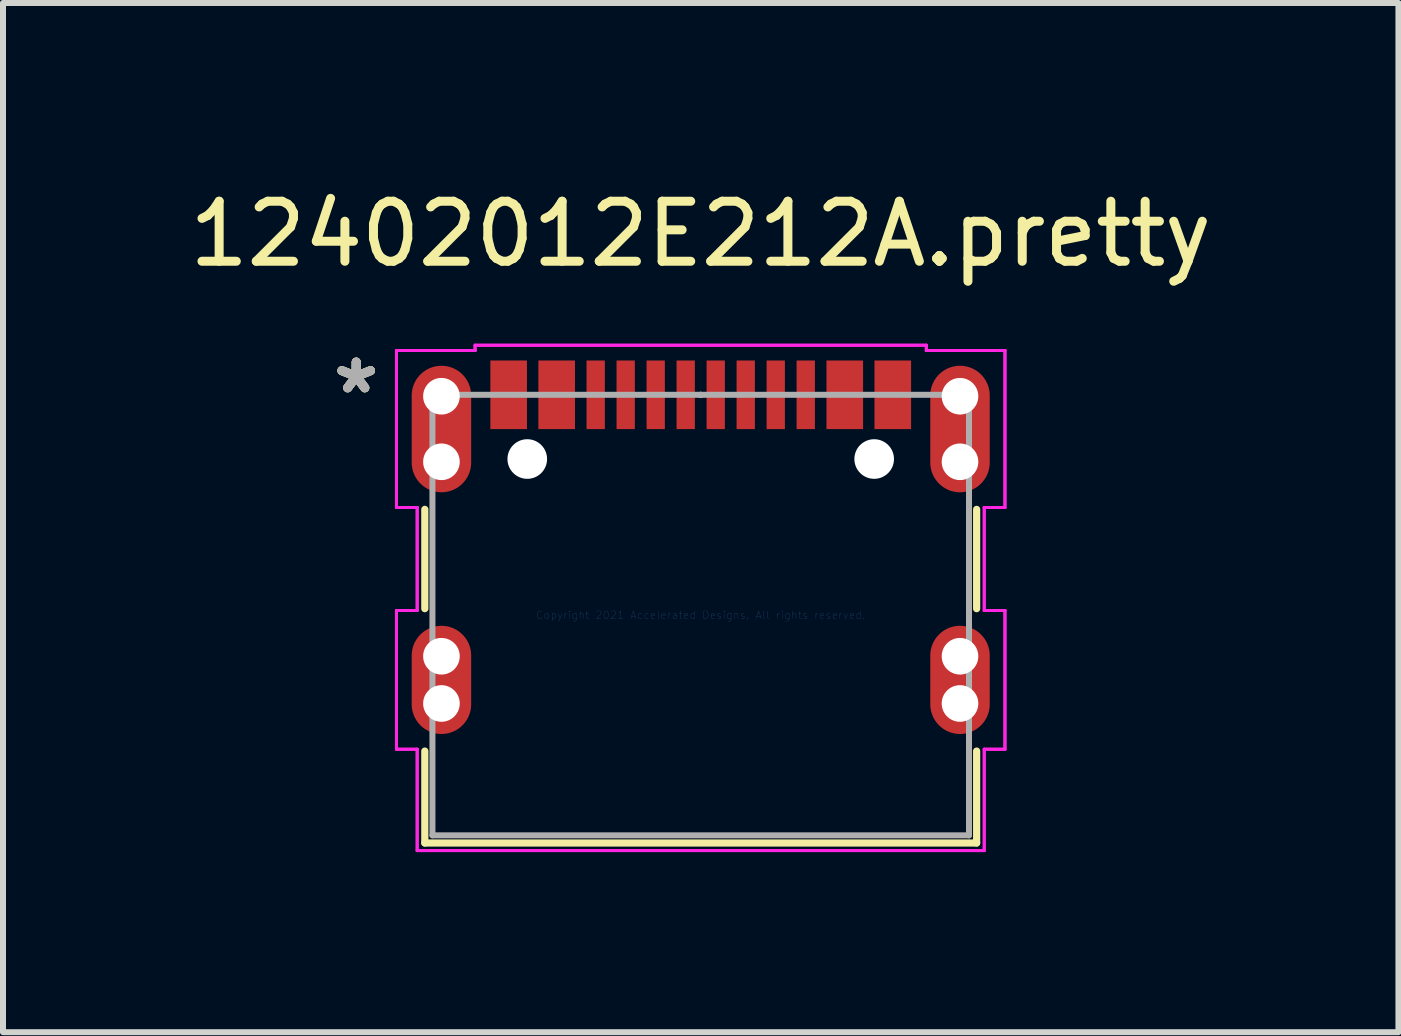
<source format=kicad_pcb>
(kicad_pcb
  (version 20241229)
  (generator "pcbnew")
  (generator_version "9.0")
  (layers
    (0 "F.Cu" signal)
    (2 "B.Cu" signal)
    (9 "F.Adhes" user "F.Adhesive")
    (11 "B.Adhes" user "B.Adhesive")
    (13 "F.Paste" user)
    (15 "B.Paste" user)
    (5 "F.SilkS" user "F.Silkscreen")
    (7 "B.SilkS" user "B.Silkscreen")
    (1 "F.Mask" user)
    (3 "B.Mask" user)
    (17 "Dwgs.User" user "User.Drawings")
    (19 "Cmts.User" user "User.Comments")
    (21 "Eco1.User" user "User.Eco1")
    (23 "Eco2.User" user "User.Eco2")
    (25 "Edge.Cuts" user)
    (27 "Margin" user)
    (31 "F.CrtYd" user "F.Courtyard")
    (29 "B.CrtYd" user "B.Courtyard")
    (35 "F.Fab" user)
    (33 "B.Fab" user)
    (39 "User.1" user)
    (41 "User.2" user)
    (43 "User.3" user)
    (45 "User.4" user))
  (footprint "12402012E212A.pretty"
    (layer "F.Cu")
    (at 8.625 7.198)
    (property "Reference" "12402012E212A.pretty" (at 0 -6.35 0) (layer "F.SilkS") (effects (font (size 1 1) (thickness 0.15))))
    (attr through_hole)
    (fp_line (start -4.597 -1.761) (end -4.597 -0.107) (stroke (width 0.12) (type solid)) (layer "F.SilkS"))
    (fp_line (start -4.597 2.266) (end -4.597 3.797) (stroke (width 0.12) (type solid)) (layer "F.SilkS"))
    (fp_line (start -4.597 3.797) (end 4.597 3.797) (stroke (width 0.12) (type solid)) (layer "F.SilkS"))
    (fp_line (start 4.597 -0.107) (end 4.597 -1.761) (stroke (width 0.12) (type solid)) (layer "F.SilkS"))
    (fp_line (start 4.597 3.797) (end 4.597 2.266) (stroke (width 0.12) (type solid)) (layer "F.SilkS"))
    (fp_line (start -5.069 -4.408) (end -5.069 -1.792) (stroke (width 0.05) (type solid)) (layer "F.CrtYd"))
    (fp_line (start -5.069 -4.408) (end -5.069 -1.792) (stroke (width 0.05) (type solid)) (layer "F.CrtYd"))
    (fp_line (start -5.069 -1.792) (end -4.724 -1.792) (stroke (width 0.05) (type solid)) (layer "F.CrtYd"))
    (fp_line (start -5.069 -1.792) (end -4.724 -1.792) (stroke (width 0.05) (type solid)) (layer "F.CrtYd"))
    (fp_line (start -5.069 -0.076) (end -5.069 2.235) (stroke (width 0.05) (type solid)) (layer "F.CrtYd"))
    (fp_line (start -5.069 -0.076) (end -5.069 2.235) (stroke (width 0.05) (type solid)) (layer "F.CrtYd"))
    (fp_line (start -5.069 2.235) (end -4.724 2.235) (stroke (width 0.05) (type solid)) (layer "F.CrtYd"))
    (fp_line (start -5.069 2.235) (end -4.724 2.235) (stroke (width 0.05) (type solid)) (layer "F.CrtYd"))
    (fp_line (start -4.724 -1.792) (end -4.724 -0.076) (stroke (width 0.05) (type solid)) (layer "F.CrtYd"))
    (fp_line (start -4.724 -1.792) (end -4.724 -0.076) (stroke (width 0.05) (type solid)) (layer "F.CrtYd"))
    (fp_line (start -4.724 -0.076) (end -5.069 -0.076) (stroke (width 0.05) (type solid)) (layer "F.CrtYd"))
    (fp_line (start -4.724 -0.076) (end -5.069 -0.076) (stroke (width 0.05) (type solid)) (layer "F.CrtYd"))
    (fp_line (start -4.724 2.235) (end -4.724 3.924) (stroke (width 0.05) (type solid)) (layer "F.CrtYd"))
    (fp_line (start -4.724 2.235) (end -4.724 3.924) (stroke (width 0.05) (type solid)) (layer "F.CrtYd"))
    (fp_line (start -4.724 3.924) (end 4.724 3.924) (stroke (width 0.05) (type solid)) (layer "F.CrtYd"))
    (fp_line (start -4.724 3.924) (end 4.724 3.924) (stroke (width 0.05) (type solid)) (layer "F.CrtYd"))
    (fp_line (start -3.759 -4.496) (end -3.759 -4.408) (stroke (width 0.05) (type solid)) (layer "F.CrtYd"))
    (fp_line (start -3.759 -4.496) (end -3.759 -4.408) (stroke (width 0.05) (type solid)) (layer "F.CrtYd"))
    (fp_line (start -3.759 -4.408) (end -5.069 -4.408) (stroke (width 0.05) (type solid)) (layer "F.CrtYd"))
    (fp_line (start -3.759 -4.408) (end -5.069 -4.408) (stroke (width 0.05) (type solid)) (layer "F.CrtYd"))
    (fp_line (start 3.759 -4.496) (end -3.759 -4.496) (stroke (width 0.05) (type solid)) (layer "F.CrtYd"))
    (fp_line (start 3.759 -4.496) (end -3.759 -4.496) (stroke (width 0.05) (type solid)) (layer "F.CrtYd"))
    (fp_line (start 3.759 -4.408) (end 3.759 -4.496) (stroke (width 0.05) (type solid)) (layer "F.CrtYd"))
    (fp_line (start 3.759 -4.408) (end 3.759 -4.496) (stroke (width 0.05) (type solid)) (layer "F.CrtYd"))
    (fp_line (start 4.724 -1.792) (end 5.069 -1.792) (stroke (width 0.05) (type solid)) (layer "F.CrtYd"))
    (fp_line (start 4.724 -1.792) (end 5.069 -1.792) (stroke (width 0.05) (type solid)) (layer "F.CrtYd"))
    (fp_line (start 4.724 -0.076) (end 4.724 -1.792) (stroke (width 0.05) (type solid)) (layer "F.CrtYd"))
    (fp_line (start 4.724 -0.076) (end 4.724 -1.792) (stroke (width 0.05) (type solid)) (layer "F.CrtYd"))
    (fp_line (start 4.724 2.235) (end 5.069 2.235) (stroke (width 0.05) (type solid)) (layer "F.CrtYd"))
    (fp_line (start 4.724 2.235) (end 5.069 2.235) (stroke (width 0.05) (type solid)) (layer "F.CrtYd"))
    (fp_line (start 4.724 3.924) (end 4.724 2.235) (stroke (width 0.05) (type solid)) (layer "F.CrtYd"))
    (fp_line (start 4.724 3.924) (end 4.724 2.235) (stroke (width 0.05) (type solid)) (layer "F.CrtYd"))
    (fp_line (start 5.069 -4.408) (end 3.759 -4.408) (stroke (width 0.05) (type solid)) (layer "F.CrtYd"))
    (fp_line (start 5.069 -4.408) (end 3.759 -4.408) (stroke (width 0.05) (type solid)) (layer "F.CrtYd"))
    (fp_line (start 5.069 -1.792) (end 5.069 -4.408) (stroke (width 0.05) (type solid)) (layer "F.CrtYd"))
    (fp_line (start 5.069 -1.792) (end 5.069 -4.408) (stroke (width 0.05) (type solid)) (layer "F.CrtYd"))
    (fp_line (start 5.069 -0.076) (end 4.724 -0.076) (stroke (width 0.05) (type solid)) (layer "F.CrtYd"))
    (fp_line (start 5.069 -0.076) (end 4.724 -0.076) (stroke (width 0.05) (type solid)) (layer "F.CrtYd"))
    (fp_line (start 5.069 2.235) (end 5.069 -0.076) (stroke (width 0.05) (type solid)) (layer "F.CrtYd"))
    (fp_line (start 5.069 2.235) (end 5.069 -0.076) (stroke (width 0.05) (type solid)) (layer "F.CrtYd"))
    (fp_line (start -4.47 -3.67) (end -4.47 3.67) (stroke (width 0.1) (type solid)) (layer "F.Fab"))
    (fp_line (start -4.47 3.67) (end 4.47 3.67) (stroke (width 0.1) (type solid)) (layer "F.Fab"))
    (fp_line (start 0 -3.67) (end 0 -3.67) (stroke (width 0.1) (type solid)) (layer "F.Fab"))
    (fp_line (start 0 -3.67) (end 0 -3.67) (stroke (width 0.1) (type solid)) (layer "F.Fab"))
    (fp_line (start 0 -3.67) (end 0 -3.67) (stroke (width 0.1) (type solid)) (layer "F.Fab"))
    (fp_line (start 0 -3.67) (end 0 -3.67) (stroke (width 0.1) (type solid)) (layer "F.Fab"))
    (fp_line (start 4.47 -3.67) (end -4.47 -3.67) (stroke (width 0.1) (type solid)) (layer "F.Fab"))
    (fp_line (start 4.47 3.67) (end 4.47 -3.67) (stroke (width 0.1) (type solid)) (layer "F.Fab"))
    (fp_text user "*" (at -5.74 -3.67 0) (layer "F.SilkS") (effects (font (size 1 1) (thickness 0.15))))
    (fp_text user "*" (at -5.74 -3.67 0) (layer "F.SilkS") (effects (font (size 1 1) (thickness 0.15))))
    (fp_text user "Copyright 2021 Accelerated Designs. All rights reserved." (at 0 0 0) (layer "Cmts.User") (effects (font (size 0.127 0.127) (thickness 0.002))))
    (fp_text user "*" (at -5.74 -3.67 0) (layer "F.Fab") (effects (font (size 1 1) (thickness 0.15))))
    (fp_text user "*" (at -5.74 -3.67 0) (layer "F.Fab") (effects (font (size 1 1) (thickness 0.15))))
    (pad "" np_thru_hole circle (at -4.32 -3.646) (size 0.61 0.61) (drill 0.61) (layers "*.Cu" "*.Mask"))
    (pad "" np_thru_hole circle (at -4.32 -2.554) (size 0.61 0.61) (drill 0.61) (layers "*.Cu" "*.Mask"))
    (pad "" np_thru_hole circle (at -4.32 0.686) (size 0.61 0.61) (drill 0.61) (layers "*.Cu" "*.Mask"))
    (pad "" np_thru_hole circle (at -4.32 1.473) (size 0.61 0.61) (drill 0.61) (layers "*.Cu" "*.Mask"))
    (pad "" np_thru_hole circle (at -2.89 -2.6) (size 0.66 0.66) (drill 0.66) (layers "*.Cu" "*.Mask"))
    (pad "" np_thru_hole circle (at 2.89 -2.6) (size 0.66 0.66) (drill 0.66) (layers "*.Cu" "*.Mask"))
    (pad "" np_thru_hole circle (at 4.32 -3.646) (size 0.61 0.61) (drill 0.61) (layers "*.Cu" "*.Mask"))
    (pad "" np_thru_hole circle (at 4.32 -2.554) (size 0.61 0.61) (drill 0.61) (layers "*.Cu" "*.Mask"))
    (pad "" np_thru_hole circle (at 4.32 0.686) (size 0.61 0.61) (drill 0.61) (layers "*.Cu" "*.Mask"))
    (pad "" np_thru_hole circle (at 4.32 1.473) (size 0.61 0.61) (drill 0.61) (layers "*.Cu" "*.Mask"))
    (pad "13" smd oval (at -4.32 -3.1) (size 0.991 2.108) (layers "F.Cu" "F.Mask" "F.Paste"))
    (pad "14" smd oval (at 4.32 -3.1) (size 0.991 2.108) (layers "F.Cu" "F.Mask" "F.Paste"))
    (pad "15" smd oval (at -4.32 1.08) (size 0.991 1.803) (layers "F.Cu" "F.Mask" "F.Paste"))
    (pad "16" smd oval (at 4.32 1.08) (size 0.991 1.803) (layers "F.Cu" "F.Mask" "F.Paste"))
    (pad "A1-B12" smd rect (at -3.2 -3.67) (size 0.61 1.143) (layers "F.Cu" "F.Mask" "F.Paste"))
    (pad "A4-B9" smd rect (at -2.4 -3.67) (size 0.61 1.143) (layers "F.Cu" "F.Mask" "F.Paste"))
    (pad "A5" smd rect (at -1.25 -3.67) (size 0.305 1.143) (layers "F.Cu" "F.Mask" "F.Paste"))
    (pad "A6" smd rect (at -0.25 -3.67) (size 0.305 1.143) (layers "F.Cu" "F.Mask" "F.Paste"))
    (pad "A7" smd rect (at 0.25 -3.67) (size 0.305 1.143) (layers "F.Cu" "F.Mask" "F.Paste"))
    (pad "A8" smd rect (at 1.25 -3.67) (size 0.305 1.143) (layers "F.Cu" "F.Mask" "F.Paste"))
    (pad "B1-A12" smd rect (at 3.2 -3.67) (size 0.61 1.143) (layers "F.Cu" "F.Mask" "F.Paste"))
    (pad "B4-A9" smd rect (at 2.4 -3.67) (size 0.61 1.143) (layers "F.Cu" "F.Mask" "F.Paste"))
    (pad "B5" smd rect (at 1.75 -3.67) (size 0.305 1.143) (layers "F.Cu" "F.Mask" "F.Paste"))
    (pad "B6" smd rect (at 0.75 -3.67) (size 0.305 1.143) (layers "F.Cu" "F.Mask" "F.Paste"))
    (pad "B7" smd rect (at -0.75 -3.67) (size 0.305 1.143) (layers "F.Cu" "F.Mask" "F.Paste"))
    (pad "B8" smd rect (at -1.75 -3.67) (size 0.305 1.143) (layers "F.Cu" "F.Mask" "F.Paste")))
  (gr_rect
    (start -3 -3)
    (end 20.25 14.148)
    (stroke (width 0.1) (type default))
    (fill no)
    (layer "Edge.Cuts")))
</source>
